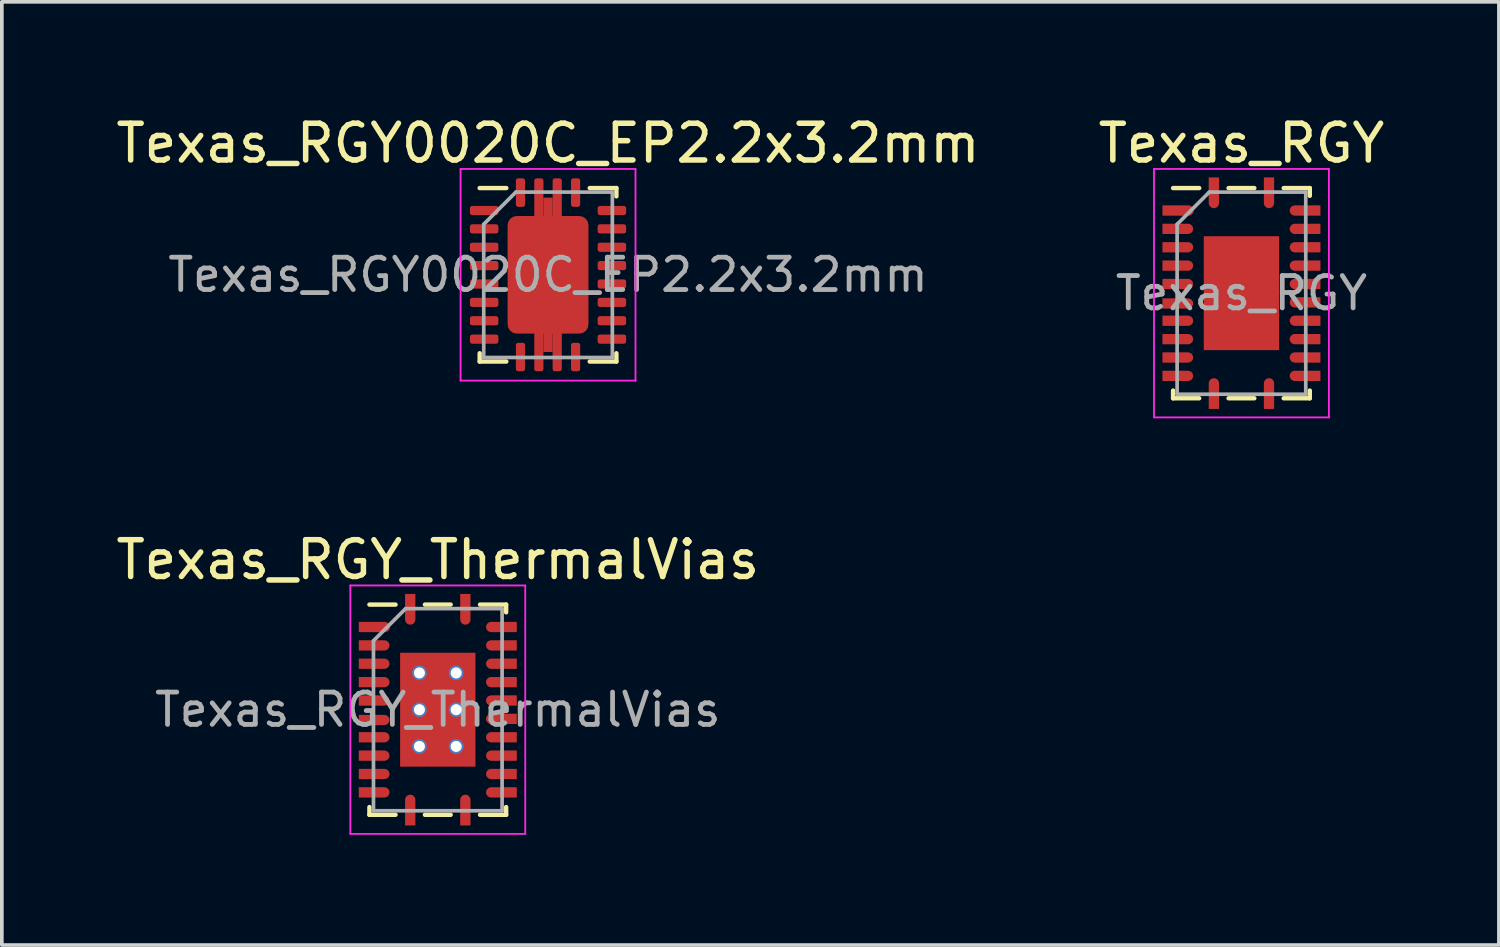
<source format=kicad_pcb>
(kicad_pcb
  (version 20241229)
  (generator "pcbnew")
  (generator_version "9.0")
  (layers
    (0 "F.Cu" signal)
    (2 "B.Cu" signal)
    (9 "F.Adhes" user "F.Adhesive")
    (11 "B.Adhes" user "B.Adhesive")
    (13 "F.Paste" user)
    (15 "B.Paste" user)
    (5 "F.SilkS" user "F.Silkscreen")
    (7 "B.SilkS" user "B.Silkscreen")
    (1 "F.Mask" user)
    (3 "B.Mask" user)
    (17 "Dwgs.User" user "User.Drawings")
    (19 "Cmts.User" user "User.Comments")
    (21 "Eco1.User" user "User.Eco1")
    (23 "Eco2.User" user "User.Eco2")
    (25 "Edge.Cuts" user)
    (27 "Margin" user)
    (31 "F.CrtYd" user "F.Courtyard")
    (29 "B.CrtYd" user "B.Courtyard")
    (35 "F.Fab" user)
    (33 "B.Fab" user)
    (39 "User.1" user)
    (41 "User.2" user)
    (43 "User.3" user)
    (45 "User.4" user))
  (footprint "Texas_RGY_ThermalVias"
    (layer "F.Cu")
    (at 8.863 16.262)
    (property "Reference" "Texas_RGY_ThermalVias" (at 0 -4.08 0) (layer "F.SilkS") (effects (font (size 1 1) (thickness 0.15))))
    (attr smd)
    (fp_line (start -1.86 2.86) (end -1.86 2.65) (stroke (width 0.12) (type solid)) (layer "F.SilkS"))
    (fp_line (start -1.15 -2.86) (end -1.86 -2.86) (stroke (width 0.12) (type solid)) (layer "F.SilkS"))
    (fp_line (start -1.15 2.86) (end -1.86 2.86) (stroke (width 0.12) (type solid)) (layer "F.SilkS"))
    (fp_line (start 0.35 -2.86) (end -0.35 -2.86) (stroke (width 0.12) (type solid)) (layer "F.SilkS"))
    (fp_line (start 0.35 2.86) (end -0.35 2.86) (stroke (width 0.12) (type solid)) (layer "F.SilkS"))
    (fp_line (start 1.15 -2.86) (end 1.86 -2.86) (stroke (width 0.12) (type solid)) (layer "F.SilkS"))
    (fp_line (start 1.15 2.86) (end 1.86 2.86) (stroke (width 0.12) (type solid)) (layer "F.SilkS"))
    (fp_line (start 1.86 -2.86) (end 1.86 -2.65) (stroke (width 0.12) (type solid)) (layer "F.SilkS"))
    (fp_line (start 1.86 2.86) (end 1.86 2.65) (stroke (width 0.12) (type solid)) (layer "F.SilkS"))
    (fp_line (start -2.38 -3.38) (end -2.38 3.38) (stroke (width 0.05) (type solid)) (layer "F.CrtYd"))
    (fp_line (start -2.38 3.38) (end 2.38 3.38) (stroke (width 0.05) (type solid)) (layer "F.CrtYd"))
    (fp_line (start 2.38 -3.38) (end -2.38 -3.38) (stroke (width 0.05) (type solid)) (layer "F.CrtYd"))
    (fp_line (start 2.38 3.38) (end 2.38 -3.38) (stroke (width 0.05) (type solid)) (layer "F.CrtYd"))
    (fp_line (start -1.75 -1.875) (end -0.875 -2.75) (stroke (width 0.1) (type solid)) (layer "F.Fab"))
    (fp_line (start -1.75 2.75) (end -1.75 -1.875) (stroke (width 0.1) (type solid)) (layer "F.Fab"))
    (fp_line (start -0.875 -2.75) (end 1.75 -2.75) (stroke (width 0.1) (type solid)) (layer "F.Fab"))
    (fp_line (start 1.75 -2.75) (end 1.75 2.75) (stroke (width 0.1) (type solid)) (layer "F.Fab"))
    (fp_line (start 1.75 2.75) (end -1.75 2.75) (stroke (width 0.1) (type solid)) (layer "F.Fab"))
    (fp_text user "${REFERENCE}" (at 0 0 0) (layer "F.Fab") (effects (font (size 0.88 0.88) (thickness 0.13))))
    (pad "" smd rect (at -0.56 -0.81) (size 0.82 1.32) (layers "F.Paste"))
    (pad "" smd rect (at -0.56 0.81) (size 0.82 1.32) (layers "F.Paste"))
    (pad "" smd rect (at 0.56 -0.81) (size 0.82 1.32) (layers "F.Paste"))
    (pad "" smd rect (at 0.56 0.81) (size 0.82 1.32) (layers "F.Paste"))
    (pad "1" smd custom (at -0.75 -2.795) (size 0.28 0.71) (layers "F.Cu" "F.Mask" "F.Paste") (options (anchor rect)) (primitives (gr_circle (center 0 0.343) (end 0.14 0.343) (width 0) (fill yes))))
    (pad "2" smd custom (at -1.795 -2.25) (size 0.71 0.28) (layers "F.Cu" "F.Mask" "F.Paste") (options (anchor rect)) (primitives (gr_circle (center 0.355 0) (end 0.495 0) (width 0) (fill yes))))
    (pad "3" smd custom (at -1.795 -1.75) (size 0.71 0.28) (layers "F.Cu" "F.Mask" "F.Paste") (options (anchor rect)) (primitives (gr_circle (center 0.343 0) (end 0.482 0) (width 0) (fill yes))))
    (pad "4" smd custom (at -1.795 -1.25) (size 0.71 0.28) (layers "F.Cu" "F.Mask" "F.Paste") (options (anchor rect)) (primitives (gr_circle (center 0.343 0) (end 0.482 0) (width 0) (fill yes))))
    (pad "5" smd custom (at -1.795 -0.75) (size 0.71 0.28) (layers "F.Cu" "F.Mask" "F.Paste") (options (anchor rect)) (primitives (gr_circle (center 0.343 0) (end 0.482 0) (width 0) (fill yes))))
    (pad "6" smd custom (at -1.795 -0.25) (size 0.71 0.28) (layers "F.Cu" "F.Mask" "F.Paste") (options (anchor rect)) (primitives (gr_circle (center 0.343 0) (end 0.482 0) (width 0) (fill yes))))
    (pad "7" smd custom (at -1.795 0.28) (size 0.71 0.28) (layers "F.Cu" "F.Mask" "F.Paste") (options (anchor rect)) (primitives (gr_circle (center 0.343 0) (end 0.482 0) (width 0) (fill yes))))
    (pad "8" smd custom (at -1.795 0.75) (size 0.71 0.28) (layers "F.Cu" "F.Mask" "F.Paste") (options (anchor rect)) (primitives (gr_circle (center 0.343 0) (end 0.482 0) (width 0) (fill yes))))
    (pad "9" smd custom (at -1.795 1.25) (size 0.71 0.28) (layers "F.Cu" "F.Mask" "F.Paste") (options (anchor rect)) (primitives (gr_circle (center 0.343 0) (end 0.482 0) (width 0) (fill yes))))
    (pad "10" smd custom (at -1.795 1.75) (size 0.71 0.28) (layers "F.Cu" "F.Mask" "F.Paste") (options (anchor rect)) (primitives (gr_circle (center 0.343 0) (end 0.482 0) (width 0) (fill yes))))
    (pad "11" smd custom (at -1.795 2.25) (size 0.71 0.28) (layers "F.Cu" "F.Mask" "F.Paste") (options (anchor rect)) (primitives (gr_circle (center 0.343 0) (end 0.482 0) (width 0) (fill yes))))
    (pad "12" smd custom (at -0.75 2.795) (size 0.28 0.71) (layers "F.Cu" "F.Mask" "F.Paste") (options (anchor rect)) (primitives (gr_circle (center 0 -0.343) (end 0.14 -0.343) (width 0) (fill yes))))
    (pad "13" smd custom (at 0.75 2.795) (size 0.28 0.71) (layers "F.Cu" "F.Mask" "F.Paste") (options (anchor rect)) (primitives (gr_circle (center 0 -0.343) (end 0.14 -0.343) (width 0) (fill yes))))
    (pad "14" smd custom (at 1.795 2.25) (size 0.71 0.28) (layers "F.Cu" "F.Mask" "F.Paste") (options (anchor rect)) (primitives (gr_circle (center -0.343 0) (end -0.203 0) (width 0) (fill yes))))
    (pad "15" smd custom (at 1.795 1.75) (size 0.71 0.28) (layers "F.Cu" "F.Mask" "F.Paste") (options (anchor rect)) (primitives (gr_circle (center -0.343 0) (end -0.203 0) (width 0) (fill yes))))
    (pad "16" smd custom (at 1.795 1.25) (size 0.71 0.28) (layers "F.Cu" "F.Mask" "F.Paste") (options (anchor rect)) (primitives (gr_circle (center -0.343 0) (end -0.203 0) (width 0) (fill yes))))
    (pad "17" smd custom (at 1.795 0.75) (size 0.71 0.28) (layers "F.Cu" "F.Mask" "F.Paste") (options (anchor rect)) (primitives (gr_circle (center -0.343 0) (end -0.203 0) (width 0) (fill yes))))
    (pad "18" smd custom (at 1.795 0.25) (size 0.71 0.28) (layers "F.Cu" "F.Mask" "F.Paste") (options (anchor rect)) (primitives (gr_circle (center -0.343 0) (end -0.203 0) (width 0) (fill yes))))
    (pad "19" smd custom (at 1.795 -0.25) (size 0.71 0.28) (layers "F.Cu" "F.Mask" "F.Paste") (options (anchor rect)) (primitives (gr_circle (center -0.343 0) (end -0.203 0) (width 0) (fill yes))))
    (pad "20" smd custom (at 1.795 -0.75) (size 0.71 0.28) (layers "F.Cu" "F.Mask" "F.Paste") (options (anchor rect)) (primitives (gr_circle (center -0.343 0) (end -0.203 0) (width 0) (fill yes))))
    (pad "21" smd custom (at 1.795 -1.25) (size 0.71 0.28) (layers "F.Cu" "F.Mask" "F.Paste") (options (anchor rect)) (primitives (gr_circle (center -0.343 0) (end -0.203 0) (width 0) (fill yes))))
    (pad "22" smd custom (at 1.795 -1.75) (size 0.71 0.28) (layers "F.Cu" "F.Mask" "F.Paste") (options (anchor rect)) (primitives (gr_circle (center -0.343 0) (end -0.203 0) (width 0) (fill yes))))
    (pad "23" smd custom (at 1.795 -2.25) (size 0.71 0.28) (layers "F.Cu" "F.Mask" "F.Paste") (options (anchor rect)) (primitives (gr_circle (center -0.343 0) (end -0.203 0) (width 0) (fill yes))))
    (pad "24" smd custom (at 0.75 -2.795) (size 0.28 0.71) (layers "F.Cu" "F.Mask" "F.Paste") (options (anchor rect)) (primitives (gr_circle (center 0 0.343) (end 0.14 0.343) (width 0) (fill yes))))
    (pad "25" thru_hole circle (at -0.5 -1) (size 0.4 0.4) (drill 0.3) (layers "*.Cu"))
    (pad "25" thru_hole circle (at -0.5 0) (size 0.4 0.4) (drill 0.3) (layers "*.Cu"))
    (pad "25" thru_hole circle (at -0.5 1) (size 0.4 0.4) (drill 0.3) (layers "*.Cu"))
    (pad "25" smd rect (at 0 0) (size 2.05 3.1) (layers "F.Cu" "F.Mask"))
    (pad "25" thru_hole circle (at 0.5 -1) (size 0.4 0.4) (drill 0.3) (layers "*.Cu"))
    (pad "25" thru_hole circle (at 0.5 0) (size 0.4 0.4) (drill 0.3) (layers "*.Cu"))
    (pad "25" thru_hole circle (at 0.5 1) (size 0.4 0.4) (drill 0.3) (layers "*.Cu")))
  (footprint "Texas_RGY"
    (layer "F.Cu")
    (at 30.732 4.928)
    (property "Reference" "Texas_RGY" (at 0 -4.08 0) (layer "F.SilkS") (effects (font (size 1 1) (thickness 0.15))))
    (attr smd)
    (fp_line (start -1.86 2.86) (end -1.86 2.65) (stroke (width 0.12) (type solid)) (layer "F.SilkS"))
    (fp_line (start -1.15 -2.86) (end -1.86 -2.86) (stroke (width 0.12) (type solid)) (layer "F.SilkS"))
    (fp_line (start -1.15 2.86) (end -1.86 2.86) (stroke (width 0.12) (type solid)) (layer "F.SilkS"))
    (fp_line (start 0.35 -2.86) (end -0.35 -2.86) (stroke (width 0.12) (type solid)) (layer "F.SilkS"))
    (fp_line (start 0.35 2.86) (end -0.35 2.86) (stroke (width 0.12) (type solid)) (layer "F.SilkS"))
    (fp_line (start 1.15 -2.86) (end 1.86 -2.86) (stroke (width 0.12) (type solid)) (layer "F.SilkS"))
    (fp_line (start 1.15 2.86) (end 1.86 2.86) (stroke (width 0.12) (type solid)) (layer "F.SilkS"))
    (fp_line (start 1.86 -2.86) (end 1.86 -2.65) (stroke (width 0.12) (type solid)) (layer "F.SilkS"))
    (fp_line (start 1.86 2.86) (end 1.86 2.65) (stroke (width 0.12) (type solid)) (layer "F.SilkS"))
    (fp_line (start -2.38 -3.38) (end -2.38 3.38) (stroke (width 0.05) (type solid)) (layer "F.CrtYd"))
    (fp_line (start -2.38 3.38) (end 2.38 3.38) (stroke (width 0.05) (type solid)) (layer "F.CrtYd"))
    (fp_line (start 2.38 -3.38) (end -2.38 -3.38) (stroke (width 0.05) (type solid)) (layer "F.CrtYd"))
    (fp_line (start 2.38 3.38) (end 2.38 -3.38) (stroke (width 0.05) (type solid)) (layer "F.CrtYd"))
    (fp_line (start -1.75 -1.875) (end -0.875 -2.75) (stroke (width 0.1) (type solid)) (layer "F.Fab"))
    (fp_line (start -1.75 2.75) (end -1.75 -1.875) (stroke (width 0.1) (type solid)) (layer "F.Fab"))
    (fp_line (start -0.875 -2.75) (end 1.75 -2.75) (stroke (width 0.1) (type solid)) (layer "F.Fab"))
    (fp_line (start 1.75 -2.75) (end 1.75 2.75) (stroke (width 0.1) (type solid)) (layer "F.Fab"))
    (fp_line (start 1.75 2.75) (end -1.75 2.75) (stroke (width 0.1) (type solid)) (layer "F.Fab"))
    (fp_text user "${REFERENCE}" (at 0 0 0) (layer "F.Fab") (effects (font (size 0.88 0.88) (thickness 0.13))))
    (pad "" smd rect (at -0.56 -0.81) (size 0.82 1.32) (layers "F.Paste"))
    (pad "" smd rect (at -0.56 0.81) (size 0.82 1.32) (layers "F.Paste"))
    (pad "" smd rect (at 0.56 -0.81) (size 0.82 1.32) (layers "F.Paste"))
    (pad "" smd rect (at 0.56 0.81) (size 0.82 1.32) (layers "F.Paste"))
    (pad "1" smd custom (at -0.75 -2.795) (size 0.28 0.71) (layers "F.Cu" "F.Mask" "F.Paste") (options (anchor rect)) (primitives (gr_circle (center 0 0.343) (end 0.14 0.343) (width 0) (fill yes))))
    (pad "2" smd custom (at -1.795 -2.25) (size 0.71 0.28) (layers "F.Cu" "F.Mask" "F.Paste") (options (anchor rect)) (primitives (gr_circle (center 0.355 0) (end 0.495 0) (width 0) (fill yes))))
    (pad "3" smd custom (at -1.795 -1.75) (size 0.71 0.28) (layers "F.Cu" "F.Mask" "F.Paste") (options (anchor rect)) (primitives (gr_circle (center 0.343 0) (end 0.482 0) (width 0) (fill yes))))
    (pad "4" smd custom (at -1.795 -1.25) (size 0.71 0.28) (layers "F.Cu" "F.Mask" "F.Paste") (options (anchor rect)) (primitives (gr_circle (center 0.343 0) (end 0.482 0) (width 0) (fill yes))))
    (pad "5" smd custom (at -1.795 -0.75) (size 0.71 0.28) (layers "F.Cu" "F.Mask" "F.Paste") (options (anchor rect)) (primitives (gr_circle (center 0.343 0) (end 0.482 0) (width 0) (fill yes))))
    (pad "6" smd custom (at -1.795 -0.25) (size 0.71 0.28) (layers "F.Cu" "F.Mask" "F.Paste") (options (anchor rect)) (primitives (gr_circle (center 0.343 0) (end 0.482 0) (width 0) (fill yes))))
    (pad "7" smd custom (at -1.795 0.28) (size 0.71 0.28) (layers "F.Cu" "F.Mask" "F.Paste") (options (anchor rect)) (primitives (gr_circle (center 0.343 0) (end 0.482 0) (width 0) (fill yes))))
    (pad "8" smd custom (at -1.795 0.75) (size 0.71 0.28) (layers "F.Cu" "F.Mask" "F.Paste") (options (anchor rect)) (primitives (gr_circle (center 0.343 0) (end 0.482 0) (width 0) (fill yes))))
    (pad "9" smd custom (at -1.795 1.25) (size 0.71 0.28) (layers "F.Cu" "F.Mask" "F.Paste") (options (anchor rect)) (primitives (gr_circle (center 0.343 0) (end 0.482 0) (width 0) (fill yes))))
    (pad "10" smd custom (at -1.795 1.75) (size 0.71 0.28) (layers "F.Cu" "F.Mask" "F.Paste") (options (anchor rect)) (primitives (gr_circle (center 0.343 0) (end 0.482 0) (width 0) (fill yes))))
    (pad "11" smd custom (at -1.795 2.25) (size 0.71 0.28) (layers "F.Cu" "F.Mask" "F.Paste") (options (anchor rect)) (primitives (gr_circle (center 0.343 0) (end 0.482 0) (width 0) (fill yes))))
    (pad "12" smd custom (at -0.75 2.795) (size 0.28 0.71) (layers "F.Cu" "F.Mask" "F.Paste") (options (anchor rect)) (primitives (gr_circle (center 0 -0.343) (end 0.14 -0.343) (width 0) (fill yes))))
    (pad "13" smd custom (at 0.75 2.795) (size 0.28 0.71) (layers "F.Cu" "F.Mask" "F.Paste") (options (anchor rect)) (primitives (gr_circle (center 0 -0.343) (end 0.14 -0.343) (width 0) (fill yes))))
    (pad "14" smd custom (at 1.795 2.25) (size 0.71 0.28) (layers "F.Cu" "F.Mask" "F.Paste") (options (anchor rect)) (primitives (gr_circle (center -0.343 0) (end -0.203 0) (width 0) (fill yes))))
    (pad "15" smd custom (at 1.795 1.75) (size 0.71 0.28) (layers "F.Cu" "F.Mask" "F.Paste") (options (anchor rect)) (primitives (gr_circle (center -0.343 0) (end -0.203 0) (width 0) (fill yes))))
    (pad "16" smd custom (at 1.795 1.25) (size 0.71 0.28) (layers "F.Cu" "F.Mask" "F.Paste") (options (anchor rect)) (primitives (gr_circle (center -0.343 0) (end -0.203 0) (width 0) (fill yes))))
    (pad "17" smd custom (at 1.795 0.75) (size 0.71 0.28) (layers "F.Cu" "F.Mask" "F.Paste") (options (anchor rect)) (primitives (gr_circle (center -0.343 0) (end -0.203 0) (width 0) (fill yes))))
    (pad "18" smd custom (at 1.795 0.25) (size 0.71 0.28) (layers "F.Cu" "F.Mask" "F.Paste") (options (anchor rect)) (primitives (gr_circle (center -0.343 0) (end -0.203 0) (width 0) (fill yes))))
    (pad "19" smd custom (at 1.795 -0.25) (size 0.71 0.28) (layers "F.Cu" "F.Mask" "F.Paste") (options (anchor rect)) (primitives (gr_circle (center -0.343 0) (end -0.203 0) (width 0) (fill yes))))
    (pad "20" smd custom (at 1.795 -0.75) (size 0.71 0.28) (layers "F.Cu" "F.Mask" "F.Paste") (options (anchor rect)) (primitives (gr_circle (center -0.343 0) (end -0.203 0) (width 0) (fill yes))))
    (pad "21" smd custom (at 1.795 -1.25) (size 0.71 0.28) (layers "F.Cu" "F.Mask" "F.Paste") (options (anchor rect)) (primitives (gr_circle (center -0.343 0) (end -0.203 0) (width 0) (fill yes))))
    (pad "22" smd custom (at 1.795 -1.75) (size 0.71 0.28) (layers "F.Cu" "F.Mask" "F.Paste") (options (anchor rect)) (primitives (gr_circle (center -0.343 0) (end -0.203 0) (width 0) (fill yes))))
    (pad "23" smd custom (at 1.795 -2.25) (size 0.71 0.28) (layers "F.Cu" "F.Mask" "F.Paste") (options (anchor rect)) (primitives (gr_circle (center -0.343 0) (end -0.203 0) (width 0) (fill yes))))
    (pad "24" smd custom (at 0.75 -2.795) (size 0.28 0.71) (layers "F.Cu" "F.Mask" "F.Paste") (options (anchor rect)) (primitives (gr_circle (center 0 0.343) (end 0.14 0.343) (width 0) (fill yes))))
    (pad "25" smd rect (at 0 0) (size 2.05 3.1) (layers "F.Cu" "F.Mask")))
  (footprint "Texas_RGY0020C_EP2.2x3.2mm"
    (layer "F.Cu")
    (at 11.863 4.428)
    (property "Reference" "Texas_RGY0020C_EP2.2x3.2mm" (at 0 -3.58 0) (layer "F.SilkS") (effects (font (size 1 1) (thickness 0.15))))
    (attr smd)
    (fp_line (start -1.86 2.36) (end -1.86 2.135) (stroke (width 0.12) (type solid)) (layer "F.SilkS"))
    (fp_line (start -1.135 -2.36) (end -1.86 -2.36) (stroke (width 0.12) (type solid)) (layer "F.SilkS"))
    (fp_line (start -1.135 2.36) (end -1.86 2.36) (stroke (width 0.12) (type solid)) (layer "F.SilkS"))
    (fp_line (start 1.135 -2.36) (end 1.86 -2.36) (stroke (width 0.12) (type solid)) (layer "F.SilkS"))
    (fp_line (start 1.135 2.36) (end 1.86 2.36) (stroke (width 0.12) (type solid)) (layer "F.SilkS"))
    (fp_line (start 1.86 -2.36) (end 1.86 -2.135) (stroke (width 0.12) (type solid)) (layer "F.SilkS"))
    (fp_line (start 1.86 2.36) (end 1.86 2.135) (stroke (width 0.12) (type solid)) (layer "F.SilkS"))
    (fp_line (start -2.38 -2.88) (end -2.38 2.88) (stroke (width 0.05) (type solid)) (layer "F.CrtYd"))
    (fp_line (start -2.38 2.88) (end 2.38 2.88) (stroke (width 0.05) (type solid)) (layer "F.CrtYd"))
    (fp_line (start 2.38 -2.88) (end -2.38 -2.88) (stroke (width 0.05) (type solid)) (layer "F.CrtYd"))
    (fp_line (start 2.38 2.88) (end 2.38 -2.88) (stroke (width 0.05) (type solid)) (layer "F.CrtYd"))
    (fp_line (start -1.75 -1.375) (end -0.875 -2.25) (stroke (width 0.1) (type solid)) (layer "F.Fab"))
    (fp_line (start -1.75 2.25) (end -1.75 -1.375) (stroke (width 0.1) (type solid)) (layer "F.Fab"))
    (fp_line (start -0.875 -2.25) (end 1.75 -2.25) (stroke (width 0.1) (type solid)) (layer "F.Fab"))
    (fp_line (start 1.75 -2.25) (end 1.75 2.25) (stroke (width 0.1) (type solid)) (layer "F.Fab"))
    (fp_line (start 1.75 2.25) (end -1.75 2.25) (stroke (width 0.1) (type solid)) (layer "F.Fab"))
    (fp_text user "${REFERENCE}" (at 0 0 0) (layer "F.Fab") (effects (font (size 0.88 0.88) (thickness 0.13))))
    (pad "" smd roundrect (at -0.73 -1.07) (size 0.59 0.86) (layers "F.Paste") (roundrect_rratio 0.25))
    (pad "" smd roundrect (at -0.73 0) (size 0.59 0.86) (layers "F.Paste") (roundrect_rratio 0.25))
    (pad "" smd roundrect (at -0.73 1.07) (size 0.59 0.86) (layers "F.Paste") (roundrect_rratio 0.25))
    (pad "" smd roundrect (at 0 -1.07) (size 0.59 0.86) (layers "F.Paste") (roundrect_rratio 0.25))
    (pad "" smd roundrect (at 0 0) (size 0.59 0.86) (layers "F.Paste") (roundrect_rratio 0.25))
    (pad "" smd roundrect (at 0 1.07) (size 0.59 0.86) (layers "F.Paste") (roundrect_rratio 0.25))
    (pad "" smd roundrect (at 0.73 -1.07) (size 0.59 0.86) (layers "F.Paste") (roundrect_rratio 0.25))
    (pad "" smd roundrect (at 0.73 0) (size 0.59 0.86) (layers "F.Paste") (roundrect_rratio 0.25))
    (pad "" smd roundrect (at 0.73 1.07) (size 0.59 0.86) (layers "F.Paste") (roundrect_rratio 0.25))
    (pad "1" smd roundrect (at -0.75 -2.237) (size 0.25 0.775) (layers "F.Cu" "F.Mask" "F.Paste") (roundrect_rratio 0.25))
    (pad "2" smd roundrect (at -1.738 -1.75) (size 0.775 0.25) (layers "F.Cu" "F.Mask" "F.Paste") (roundrect_rratio 0.25))
    (pad "3" smd roundrect (at -1.738 -1.25) (size 0.775 0.25) (layers "F.Cu" "F.Mask" "F.Paste") (roundrect_rratio 0.25))
    (pad "4" smd roundrect (at -1.738 -0.75) (size 0.775 0.25) (layers "F.Cu" "F.Mask" "F.Paste") (roundrect_rratio 0.25))
    (pad "5" smd roundrect (at -1.738 -0.25) (size 0.775 0.25) (layers "F.Cu" "F.Mask" "F.Paste") (roundrect_rratio 0.25))
    (pad "6" smd roundrect (at -1.738 0.25) (size 0.775 0.25) (layers "F.Cu" "F.Mask" "F.Paste") (roundrect_rratio 0.25))
    (pad "7" smd roundrect (at -1.738 0.75) (size 0.775 0.25) (layers "F.Cu" "F.Mask" "F.Paste") (roundrect_rratio 0.25))
    (pad "8" smd roundrect (at -1.738 1.25) (size 0.775 0.25) (layers "F.Cu" "F.Mask" "F.Paste") (roundrect_rratio 0.25))
    (pad "9" smd roundrect (at -1.738 1.75) (size 0.775 0.25) (layers "F.Cu" "F.Mask" "F.Paste") (roundrect_rratio 0.25))
    (pad "10" smd roundrect (at -0.75 2.237) (size 0.25 0.775) (layers "F.Cu" "F.Mask" "F.Paste") (roundrect_rratio 0.25))
    (pad "11" smd roundrect (at 0.75 2.237) (size 0.25 0.775) (layers "F.Cu" "F.Mask" "F.Paste") (roundrect_rratio 0.25))
    (pad "12" smd roundrect (at 1.738 1.75) (size 0.775 0.25) (layers "F.Cu" "F.Mask" "F.Paste") (roundrect_rratio 0.25))
    (pad "13" smd roundrect (at 1.738 1.25) (size 0.775 0.25) (layers "F.Cu" "F.Mask" "F.Paste") (roundrect_rratio 0.25))
    (pad "14" smd roundrect (at 1.738 0.75) (size 0.775 0.25) (layers "F.Cu" "F.Mask" "F.Paste") (roundrect_rratio 0.25))
    (pad "15" smd roundrect (at 1.738 0.25) (size 0.775 0.25) (layers "F.Cu" "F.Mask" "F.Paste") (roundrect_rratio 0.25))
    (pad "16" smd roundrect (at 1.738 -0.25) (size 0.775 0.25) (layers "F.Cu" "F.Mask" "F.Paste") (roundrect_rratio 0.25))
    (pad "17" smd roundrect (at 1.738 -0.75) (size 0.775 0.25) (layers "F.Cu" "F.Mask" "F.Paste") (roundrect_rratio 0.25))
    (pad "18" smd roundrect (at 1.738 -1.25) (size 0.775 0.25) (layers "F.Cu" "F.Mask" "F.Paste") (roundrect_rratio 0.25))
    (pad "19" smd roundrect (at 1.738 -1.75) (size 0.775 0.25) (layers "F.Cu" "F.Mask" "F.Paste") (roundrect_rratio 0.25))
    (pad "20" smd roundrect (at 0.75 -2.237) (size 0.25 0.775) (layers "F.Cu" "F.Mask" "F.Paste") (roundrect_rratio 0.25))
    (pad "21" smd roundrect (at -0.25 -2.05) (size 0.25 1.15) (layers "F.Cu" "F.Mask" "F.Paste") (roundrect_rratio 0.25))
    (pad "21" smd roundrect (at -0.25 2.05) (size 0.25 1.15) (layers "F.Cu" "F.Mask" "F.Paste") (roundrect_rratio 0.25))
    (pad "21" smd rect (at 0 0) (size 0.25 4.2) (layers "F.Cu" "F.Mask" "F.Paste"))
    (pad "21" smd roundrect (at 0 0) (size 2.2 3.2) (layers "F.Cu" "F.Mask") (roundrect_rratio 0.114))
    (pad "21" smd roundrect (at 0.25 -2.05) (size 0.25 1.15) (layers "F.Cu" "F.Mask" "F.Paste") (roundrect_rratio 0.25))
    (pad "21" smd roundrect (at 0.25 2.05) (size 0.25 1.15) (layers "F.Cu" "F.Mask" "F.Paste") (roundrect_rratio 0.25)))
  (gr_rect
    (start -3 -3)
    (end 37.738 22.666)
    (stroke (width 0.1) (type default))
    (fill no)
    (layer "Edge.Cuts")))
</source>
